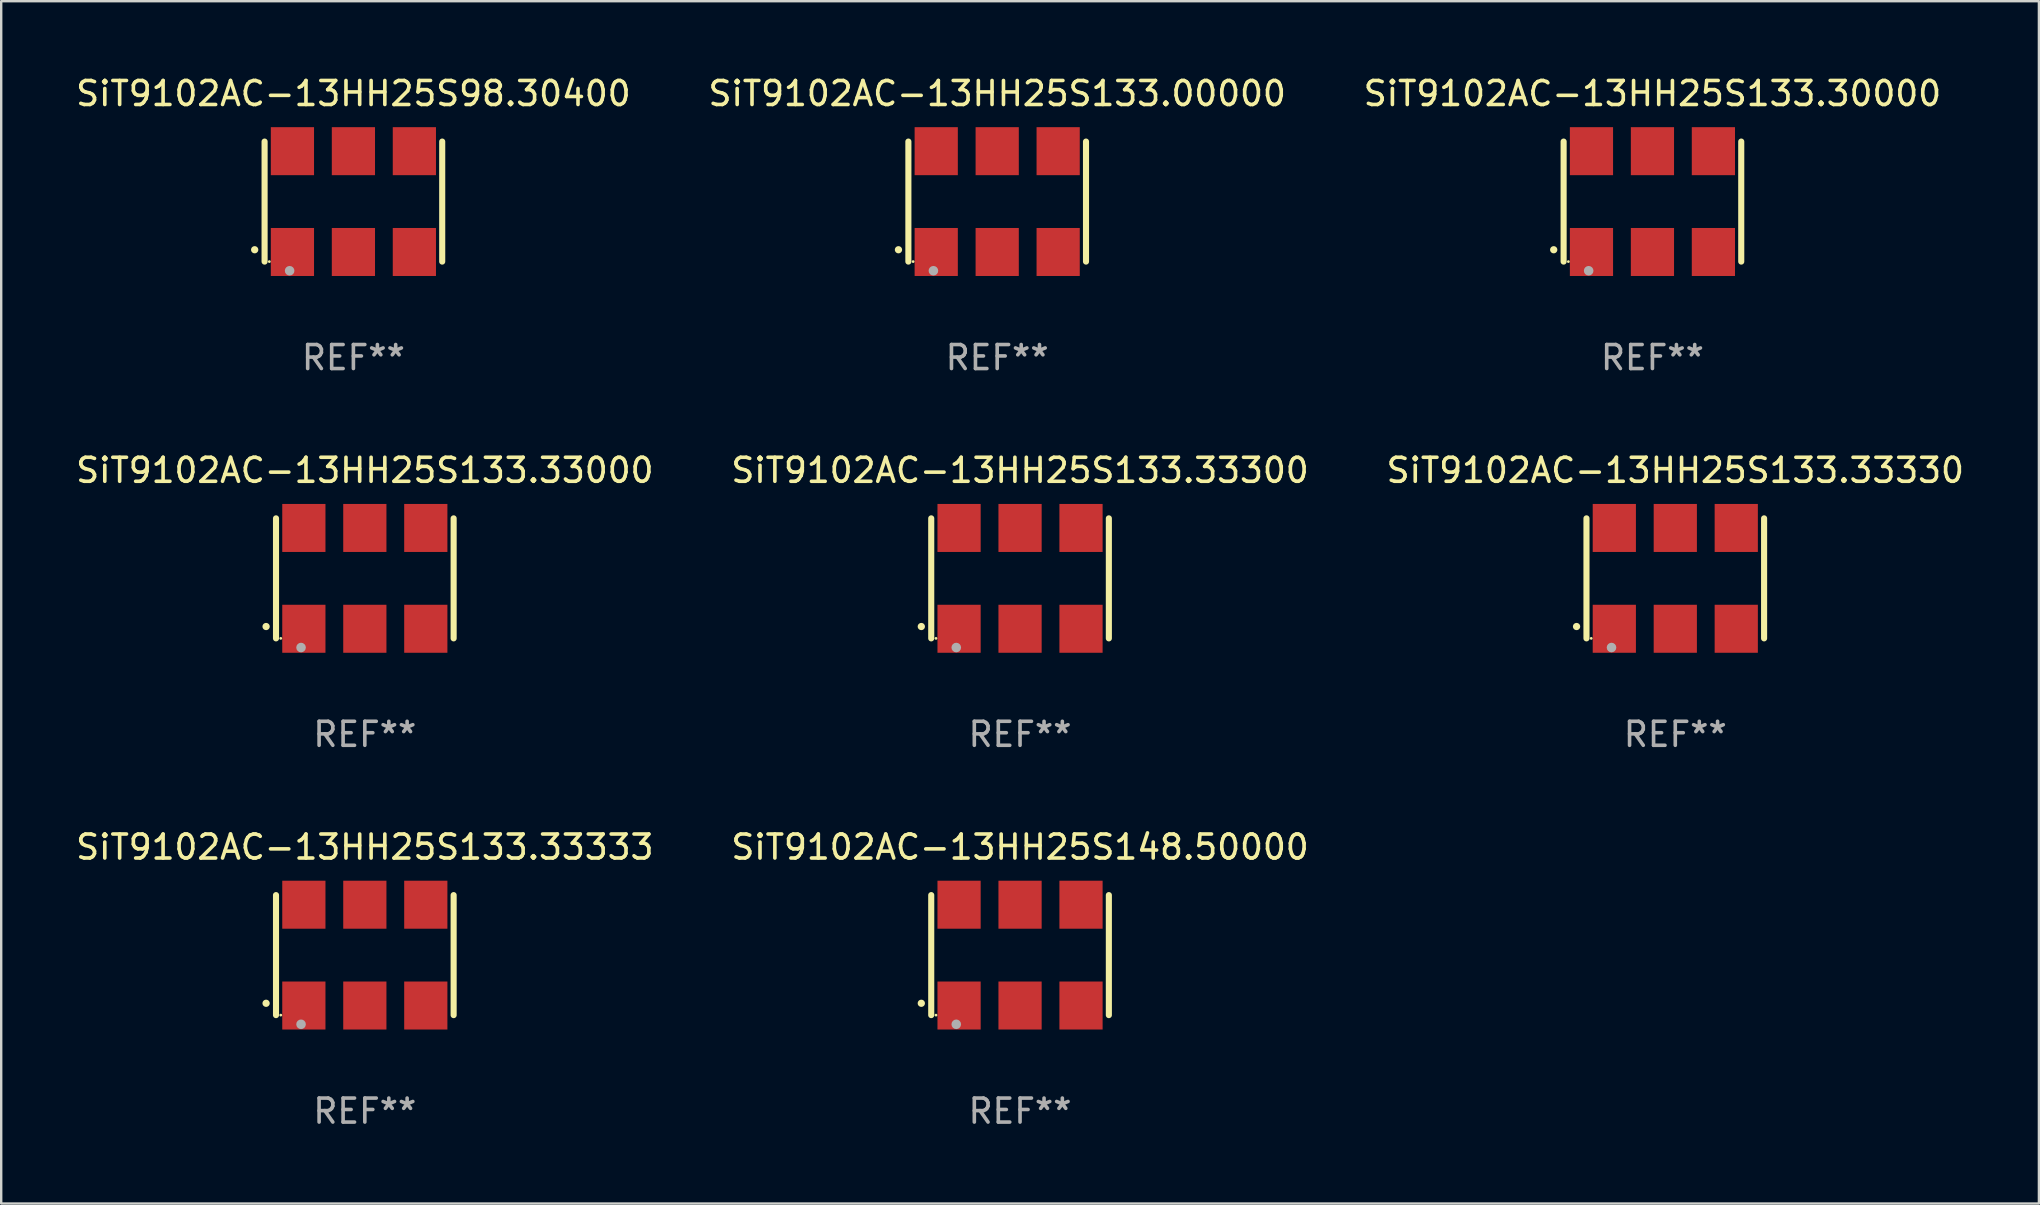
<source format=kicad_pcb>
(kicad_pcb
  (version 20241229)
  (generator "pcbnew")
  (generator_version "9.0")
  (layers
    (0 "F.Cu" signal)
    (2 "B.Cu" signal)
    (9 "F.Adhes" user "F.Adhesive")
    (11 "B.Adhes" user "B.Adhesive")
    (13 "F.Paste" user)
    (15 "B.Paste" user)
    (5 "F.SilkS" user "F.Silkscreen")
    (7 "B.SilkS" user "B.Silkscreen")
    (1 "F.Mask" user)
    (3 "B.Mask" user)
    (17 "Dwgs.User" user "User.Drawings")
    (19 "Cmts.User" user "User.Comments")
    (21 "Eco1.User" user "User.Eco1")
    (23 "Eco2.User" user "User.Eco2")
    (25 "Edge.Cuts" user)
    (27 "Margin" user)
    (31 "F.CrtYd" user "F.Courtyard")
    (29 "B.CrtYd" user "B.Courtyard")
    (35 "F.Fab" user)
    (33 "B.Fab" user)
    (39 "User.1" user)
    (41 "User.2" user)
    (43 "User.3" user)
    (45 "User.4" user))
  (footprint "SiT9102AC-13HH25S133.33300"
    (layer "F.Cu")
    (at 39.446 21.045)
    (property "Reference" "SiT9102AC-13HH25S133.33300" (at 0 -4.5 0) (layer "F.SilkS") (effects (font (size 1 1) (thickness 0.15))))
    (attr through_hole)
    (fp_line (start -3.7 -2.5) (end -3.7 2.5) (stroke (width 0.254) (type solid)) (layer "F.SilkS"))
    (fp_line (start 3.7 -2.5) (end 3.7 2.5) (stroke (width 0.254) (type solid)) (layer "F.SilkS"))
    (fp_arc (start -4.114415 2.006604) (mid -4.113145 2.006599) (end -4.111875 2.006604) (stroke (width 0.3) (type solid)) (layer "F.SilkS"))
    (fp_circle (center -3.502 2.5) (end -3.472 2.5) (stroke (width 0.06) (type solid)) (fill no) (layer "F.SilkS"))
    (fp_circle (center -2.657 2.882) (end -2.557 2.882) (stroke (width 0.2) (type solid)) (fill no) (layer "F.Fab"))
    (fp_text user "REF**" (at 0 6.5 0) (layer "F.Fab") (effects (font (size 1 1) (thickness 0.15))))
    (pad "1" smd rect (at -2.54 2.1) (size 1.8 2) (layers "F.Cu" "F.Mask" "F.Paste"))
    (pad "2" smd rect (at 0.000394 2.1) (size 1.8 2) (layers "F.Cu" "F.Mask" "F.Paste"))
    (pad "3" smd rect (at 2.54 2.1) (size 1.8 2) (layers "F.Cu" "F.Mask" "F.Paste"))
    (pad "4" smd rect (at 2.54 -2.1) (size 1.8 2) (layers "F.Cu" "F.Mask" "F.Paste"))
    (pad "5" smd rect (at 0.000394 -2.1) (size 1.8 2) (layers "F.Cu" "F.Mask" "F.Paste"))
    (pad "6" smd rect (at -2.54 -2.1) (size 1.8 2) (layers "F.Cu" "F.Mask" "F.Paste")))
  (footprint "SiT9102AC-13HH25S133.30000"
    (layer "F.Cu")
    (at 65.792 5.348)
    (property "Reference" "SiT9102AC-13HH25S133.30000" (at 0 -4.5 0) (layer "F.SilkS") (effects (font (size 1 1) (thickness 0.15))))
    (attr through_hole)
    (fp_line (start -3.7 -2.5) (end -3.7 2.5) (stroke (width 0.254) (type solid)) (layer "F.SilkS"))
    (fp_line (start 3.7 -2.5) (end 3.7 2.5) (stroke (width 0.254) (type solid)) (layer "F.SilkS"))
    (fp_arc (start -4.114415 2.006604) (mid -4.113145 2.006599) (end -4.111875 2.006604) (stroke (width 0.3) (type solid)) (layer "F.SilkS"))
    (fp_circle (center -3.502 2.5) (end -3.472 2.5) (stroke (width 0.06) (type solid)) (fill no) (layer "F.SilkS"))
    (fp_circle (center -2.657 2.882) (end -2.557 2.882) (stroke (width 0.2) (type solid)) (fill no) (layer "F.Fab"))
    (fp_text user "REF**" (at 0 6.5 0) (layer "F.Fab") (effects (font (size 1 1) (thickness 0.15))))
    (pad "1" smd rect (at -2.54 2.1) (size 1.8 2) (layers "F.Cu" "F.Mask" "F.Paste"))
    (pad "2" smd rect (at 0.000394 2.1) (size 1.8 2) (layers "F.Cu" "F.Mask" "F.Paste"))
    (pad "3" smd rect (at 2.54 2.1) (size 1.8 2) (layers "F.Cu" "F.Mask" "F.Paste"))
    (pad "4" smd rect (at 2.54 -2.1) (size 1.8 2) (layers "F.Cu" "F.Mask" "F.Paste"))
    (pad "5" smd rect (at 0.000394 -2.1) (size 1.8 2) (layers "F.Cu" "F.Mask" "F.Paste"))
    (pad "6" smd rect (at -2.54 -2.1) (size 1.8 2) (layers "F.Cu" "F.Mask" "F.Paste")))
  (footprint "SiT9102AC-13HH25S133.33330"
    (layer "F.Cu")
    (at 66.744 21.045)
    (property "Reference" "SiT9102AC-13HH25S133.33330" (at 0 -4.5 0) (layer "F.SilkS") (effects (font (size 1 1) (thickness 0.15))))
    (attr through_hole)
    (fp_line (start -3.7 -2.5) (end -3.7 2.5) (stroke (width 0.254) (type solid)) (layer "F.SilkS"))
    (fp_line (start 3.7 -2.5) (end 3.7 2.5) (stroke (width 0.254) (type solid)) (layer "F.SilkS"))
    (fp_arc (start -4.114415 2.006604) (mid -4.113145 2.006599) (end -4.111875 2.006604) (stroke (width 0.3) (type solid)) (layer "F.SilkS"))
    (fp_circle (center -3.502 2.5) (end -3.472 2.5) (stroke (width 0.06) (type solid)) (fill no) (layer "F.SilkS"))
    (fp_circle (center -2.657 2.882) (end -2.557 2.882) (stroke (width 0.2) (type solid)) (fill no) (layer "F.Fab"))
    (fp_text user "REF**" (at 0 6.5 0) (layer "F.Fab") (effects (font (size 1 1) (thickness 0.15))))
    (pad "1" smd rect (at -2.54 2.1) (size 1.8 2) (layers "F.Cu" "F.Mask" "F.Paste"))
    (pad "2" smd rect (at 0.000394 2.1) (size 1.8 2) (layers "F.Cu" "F.Mask" "F.Paste"))
    (pad "3" smd rect (at 2.54 2.1) (size 1.8 2) (layers "F.Cu" "F.Mask" "F.Paste"))
    (pad "4" smd rect (at 2.54 -2.1) (size 1.8 2) (layers "F.Cu" "F.Mask" "F.Paste"))
    (pad "5" smd rect (at 0.000394 -2.1) (size 1.8 2) (layers "F.Cu" "F.Mask" "F.Paste"))
    (pad "6" smd rect (at -2.54 -2.1) (size 1.8 2) (layers "F.Cu" "F.Mask" "F.Paste")))
  (footprint "SiT9102AC-13HH25S133.33000"
    (layer "F.Cu")
    (at 12.149 21.045)
    (property "Reference" "SiT9102AC-13HH25S133.33000" (at 0 -4.5 0) (layer "F.SilkS") (effects (font (size 1 1) (thickness 0.15))))
    (attr through_hole)
    (fp_line (start -3.7 -2.5) (end -3.7 2.5) (stroke (width 0.254) (type solid)) (layer "F.SilkS"))
    (fp_line (start 3.7 -2.5) (end 3.7 2.5) (stroke (width 0.254) (type solid)) (layer "F.SilkS"))
    (fp_arc (start -4.114415 2.006604) (mid -4.113145 2.006599) (end -4.111875 2.006604) (stroke (width 0.3) (type solid)) (layer "F.SilkS"))
    (fp_circle (center -3.502 2.5) (end -3.472 2.5) (stroke (width 0.06) (type solid)) (fill no) (layer "F.SilkS"))
    (fp_circle (center -2.657 2.882) (end -2.557 2.882) (stroke (width 0.2) (type solid)) (fill no) (layer "F.Fab"))
    (fp_text user "REF**" (at 0 6.5 0) (layer "F.Fab") (effects (font (size 1 1) (thickness 0.15))))
    (pad "1" smd rect (at -2.54 2.1) (size 1.8 2) (layers "F.Cu" "F.Mask" "F.Paste"))
    (pad "2" smd rect (at 0.000394 2.1) (size 1.8 2) (layers "F.Cu" "F.Mask" "F.Paste"))
    (pad "3" smd rect (at 2.54 2.1) (size 1.8 2) (layers "F.Cu" "F.Mask" "F.Paste"))
    (pad "4" smd rect (at 2.54 -2.1) (size 1.8 2) (layers "F.Cu" "F.Mask" "F.Paste"))
    (pad "5" smd rect (at 0.000394 -2.1) (size 1.8 2) (layers "F.Cu" "F.Mask" "F.Paste"))
    (pad "6" smd rect (at -2.54 -2.1) (size 1.8 2) (layers "F.Cu" "F.Mask" "F.Paste")))
  (footprint "SiT9102AC-13HH25S148.50000"
    (layer "F.Cu")
    (at 39.446 36.741)
    (property "Reference" "SiT9102AC-13HH25S148.50000" (at 0 -4.5 0) (layer "F.SilkS") (effects (font (size 1 1) (thickness 0.15))))
    (attr through_hole)
    (fp_line (start -3.7 -2.5) (end -3.7 2.5) (stroke (width 0.254) (type solid)) (layer "F.SilkS"))
    (fp_line (start 3.7 -2.5) (end 3.7 2.5) (stroke (width 0.254) (type solid)) (layer "F.SilkS"))
    (fp_arc (start -4.114415 2.006604) (mid -4.113145 2.006599) (end -4.111875 2.006604) (stroke (width 0.3) (type solid)) (layer "F.SilkS"))
    (fp_circle (center -3.502 2.5) (end -3.472 2.5) (stroke (width 0.06) (type solid)) (fill no) (layer "F.SilkS"))
    (fp_circle (center -2.657 2.882) (end -2.557 2.882) (stroke (width 0.2) (type solid)) (fill no) (layer "F.Fab"))
    (fp_text user "REF**" (at 0 6.5 0) (layer "F.Fab") (effects (font (size 1 1) (thickness 0.15))))
    (pad "1" smd rect (at -2.54 2.1) (size 1.8 2) (layers "F.Cu" "F.Mask" "F.Paste"))
    (pad "2" smd rect (at 0.000394 2.1) (size 1.8 2) (layers "F.Cu" "F.Mask" "F.Paste"))
    (pad "3" smd rect (at 2.54 2.1) (size 1.8 2) (layers "F.Cu" "F.Mask" "F.Paste"))
    (pad "4" smd rect (at 2.54 -2.1) (size 1.8 2) (layers "F.Cu" "F.Mask" "F.Paste"))
    (pad "5" smd rect (at 0.000394 -2.1) (size 1.8 2) (layers "F.Cu" "F.Mask" "F.Paste"))
    (pad "6" smd rect (at -2.54 -2.1) (size 1.8 2) (layers "F.Cu" "F.Mask" "F.Paste")))
  (footprint "SiT9102AC-13HH25S133.00000"
    (layer "F.Cu")
    (at 38.494 5.348)
    (property "Reference" "SiT9102AC-13HH25S133.00000" (at 0 -4.5 0) (layer "F.SilkS") (effects (font (size 1 1) (thickness 0.15))))
    (attr through_hole)
    (fp_line (start -3.7 -2.5) (end -3.7 2.5) (stroke (width 0.254) (type solid)) (layer "F.SilkS"))
    (fp_line (start 3.7 -2.5) (end 3.7 2.5) (stroke (width 0.254) (type solid)) (layer "F.SilkS"))
    (fp_arc (start -4.114415 2.006604) (mid -4.113145 2.006599) (end -4.111875 2.006604) (stroke (width 0.3) (type solid)) (layer "F.SilkS"))
    (fp_circle (center -3.502 2.5) (end -3.472 2.5) (stroke (width 0.06) (type solid)) (fill no) (layer "F.SilkS"))
    (fp_circle (center -2.657 2.882) (end -2.557 2.882) (stroke (width 0.2) (type solid)) (fill no) (layer "F.Fab"))
    (fp_text user "REF**" (at 0 6.5 0) (layer "F.Fab") (effects (font (size 1 1) (thickness 0.15))))
    (pad "1" smd rect (at -2.54 2.1) (size 1.8 2) (layers "F.Cu" "F.Mask" "F.Paste"))
    (pad "2" smd rect (at 0.000394 2.1) (size 1.8 2) (layers "F.Cu" "F.Mask" "F.Paste"))
    (pad "3" smd rect (at 2.54 2.1) (size 1.8 2) (layers "F.Cu" "F.Mask" "F.Paste"))
    (pad "4" smd rect (at 2.54 -2.1) (size 1.8 2) (layers "F.Cu" "F.Mask" "F.Paste"))
    (pad "5" smd rect (at 0.000394 -2.1) (size 1.8 2) (layers "F.Cu" "F.Mask" "F.Paste"))
    (pad "6" smd rect (at -2.54 -2.1) (size 1.8 2) (layers "F.Cu" "F.Mask" "F.Paste")))
  (footprint "SiT9102AC-13HH25S98.30400"
    (layer "F.Cu")
    (at 11.673 5.348)
    (property "Reference" "SiT9102AC-13HH25S98.30400" (at 0 -4.5 0) (layer "F.SilkS") (effects (font (size 1 1) (thickness 0.15))))
    (attr through_hole)
    (fp_line (start -3.7 -2.5) (end -3.7 2.5) (stroke (width 0.254) (type solid)) (layer "F.SilkS"))
    (fp_line (start 3.7 -2.5) (end 3.7 2.5) (stroke (width 0.254) (type solid)) (layer "F.SilkS"))
    (fp_arc (start -4.114415 2.006604) (mid -4.113145 2.006599) (end -4.111875 2.006604) (stroke (width 0.3) (type solid)) (layer "F.SilkS"))
    (fp_circle (center -3.502 2.5) (end -3.472 2.5) (stroke (width 0.06) (type solid)) (fill no) (layer "F.SilkS"))
    (fp_circle (center -2.657 2.882) (end -2.557 2.882) (stroke (width 0.2) (type solid)) (fill no) (layer "F.Fab"))
    (fp_text user "REF**" (at 0 6.5 0) (layer "F.Fab") (effects (font (size 1 1) (thickness 0.15))))
    (pad "1" smd rect (at -2.54 2.1) (size 1.8 2) (layers "F.Cu" "F.Mask" "F.Paste"))
    (pad "2" smd rect (at 0.000394 2.1) (size 1.8 2) (layers "F.Cu" "F.Mask" "F.Paste"))
    (pad "3" smd rect (at 2.54 2.1) (size 1.8 2) (layers "F.Cu" "F.Mask" "F.Paste"))
    (pad "4" smd rect (at 2.54 -2.1) (size 1.8 2) (layers "F.Cu" "F.Mask" "F.Paste"))
    (pad "5" smd rect (at 0.000394 -2.1) (size 1.8 2) (layers "F.Cu" "F.Mask" "F.Paste"))
    (pad "6" smd rect (at -2.54 -2.1) (size 1.8 2) (layers "F.Cu" "F.Mask" "F.Paste")))
  (footprint "SiT9102AC-13HH25S133.33333"
    (layer "F.Cu")
    (at 12.149 36.741)
    (property "Reference" "SiT9102AC-13HH25S133.33333" (at 0 -4.5 0) (layer "F.SilkS") (effects (font (size 1 1) (thickness 0.15))))
    (attr through_hole)
    (fp_line (start -3.7 -2.5) (end -3.7 2.5) (stroke (width 0.254) (type solid)) (layer "F.SilkS"))
    (fp_line (start 3.7 -2.5) (end 3.7 2.5) (stroke (width 0.254) (type solid)) (layer "F.SilkS"))
    (fp_arc (start -4.114415 2.006604) (mid -4.113145 2.006599) (end -4.111875 2.006604) (stroke (width 0.3) (type solid)) (layer "F.SilkS"))
    (fp_circle (center -3.502 2.5) (end -3.472 2.5) (stroke (width 0.06) (type solid)) (fill no) (layer "F.SilkS"))
    (fp_circle (center -2.657 2.882) (end -2.557 2.882) (stroke (width 0.2) (type solid)) (fill no) (layer "F.Fab"))
    (fp_text user "REF**" (at 0 6.5 0) (layer "F.Fab") (effects (font (size 1 1) (thickness 0.15))))
    (pad "1" smd rect (at -2.54 2.1) (size 1.8 2) (layers "F.Cu" "F.Mask" "F.Paste"))
    (pad "2" smd rect (at 0.000394 2.1) (size 1.8 2) (layers "F.Cu" "F.Mask" "F.Paste"))
    (pad "3" smd rect (at 2.54 2.1) (size 1.8 2) (layers "F.Cu" "F.Mask" "F.Paste"))
    (pad "4" smd rect (at 2.54 -2.1) (size 1.8 2) (layers "F.Cu" "F.Mask" "F.Paste"))
    (pad "5" smd rect (at 0.000394 -2.1) (size 1.8 2) (layers "F.Cu" "F.Mask" "F.Paste"))
    (pad "6" smd rect (at -2.54 -2.1) (size 1.8 2) (layers "F.Cu" "F.Mask" "F.Paste")))
  (gr_rect
    (start -3 -3)
    (end 81.893 47.09)
    (stroke (width 0.1) (type default))
    (fill no)
    (layer "Edge.Cuts")))
</source>
